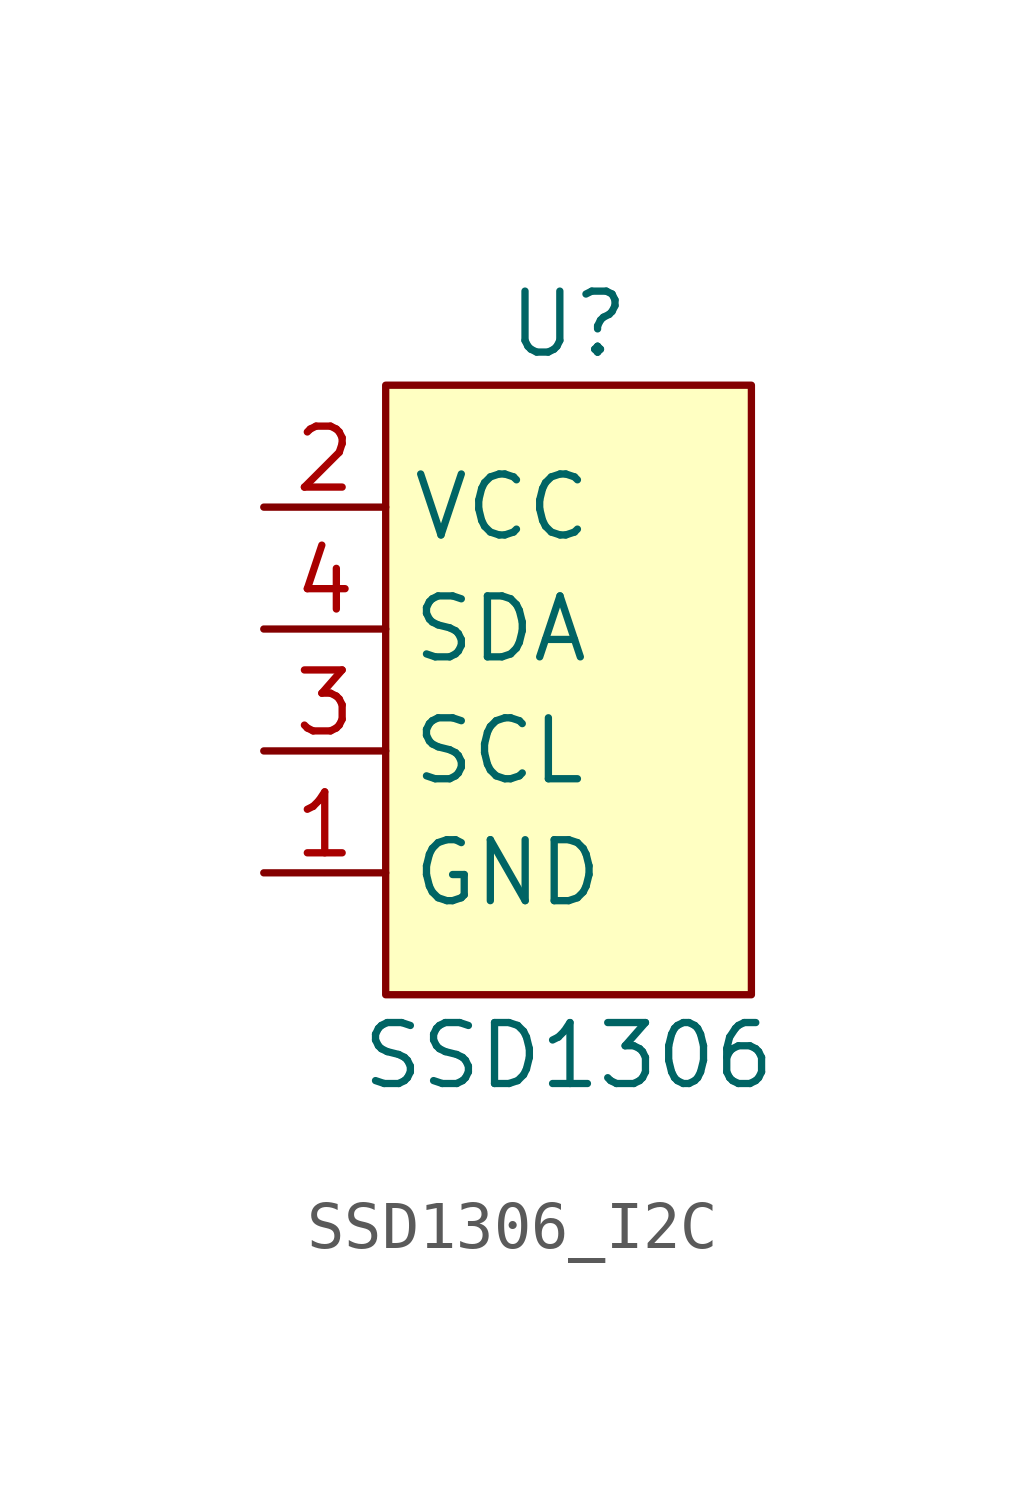
<source format=kicad_sym>
(kicad_symbol_lib
  (version 20220914)
  (generator kicad_symbol_editor)
  (symbol "SSD1306_I2C"
    (property "Reference" "U"
      (at 0 7.62 0)
      (effects (font (size 1.27 1.27))))
    (property "Value" "SSD1306"
      (at 0 -7.62 0)
      (effects (font (size 1.27 1.27))))
    (symbol "SSD1306_I2C_1_1"
      (rectangle (start -3.81 6.35) (end 3.81 -6.35) (stroke (width 0) (type default)) (fill (type background)))
      (pin power_in line (at -6.35 -3.81 0) (length 2.54) (name "GND" (effects (font (size 1.27 1.27)))) (number "1" (effects (font (size 1.27 1.27)))))
      (pin power_in line (at -6.35 3.81 0) (length 2.54) (name "VCC" (effects (font (size 1.27 1.27)))) (number "2" (effects (font (size 1.27 1.27)))))
      (pin input line (at -6.35 -1.27 0) (length 2.54) (name "SCL" (effects (font (size 1.27 1.27)))) (number "3" (effects (font (size 1.27 1.27)))))
      (pin bidirectional line (at -6.35 1.27 0) (length 2.54) (name "SDA" (effects (font (size 1.27 1.27)))) (number "4" (effects (font (size 1.27 1.27))))))))
</source>
